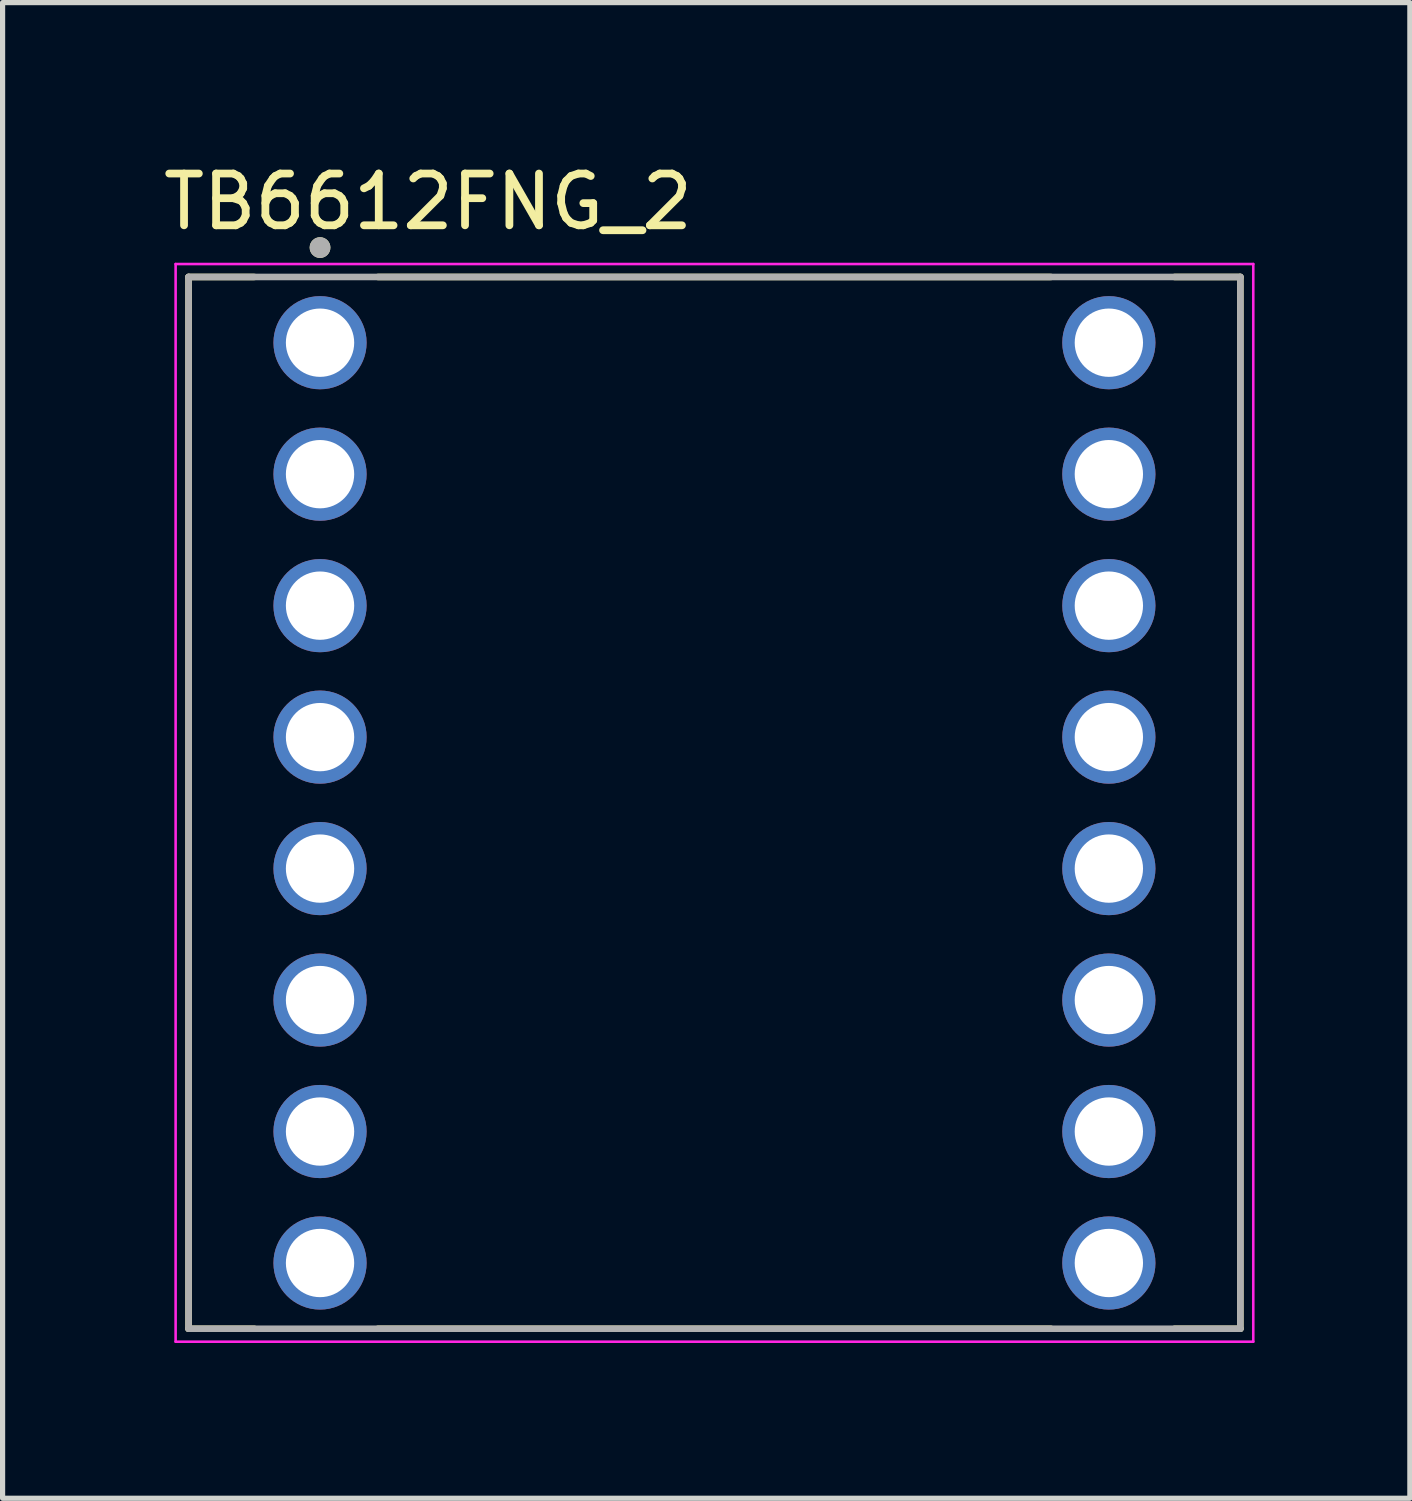
<source format=kicad_pcb>
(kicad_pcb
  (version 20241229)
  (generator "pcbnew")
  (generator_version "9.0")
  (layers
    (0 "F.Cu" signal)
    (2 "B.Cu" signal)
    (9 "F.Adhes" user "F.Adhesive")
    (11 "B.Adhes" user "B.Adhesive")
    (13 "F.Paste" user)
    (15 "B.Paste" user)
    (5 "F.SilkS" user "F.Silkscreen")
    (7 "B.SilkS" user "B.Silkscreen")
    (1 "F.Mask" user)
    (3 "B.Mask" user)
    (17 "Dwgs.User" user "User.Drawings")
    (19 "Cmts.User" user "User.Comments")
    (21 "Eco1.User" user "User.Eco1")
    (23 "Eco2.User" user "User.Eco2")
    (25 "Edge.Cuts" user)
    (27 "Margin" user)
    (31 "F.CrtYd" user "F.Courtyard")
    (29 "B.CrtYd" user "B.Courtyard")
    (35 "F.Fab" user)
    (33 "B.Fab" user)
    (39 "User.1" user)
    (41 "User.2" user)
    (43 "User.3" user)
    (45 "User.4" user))
  (footprint "TB6612FNG_2"
    (layer "F.Cu")
    (at 10.753 12.461)
    (property "Reference" "TB6612FNG_2" (at -5.533 -11.613 0) (layer "F.SilkS") (effects (font (size 1 1) (thickness 0.15))))
    (attr through_hole)
    (fp_line (start -10.16 -10.16) (end -10.16 10.16) (stroke (width 0.127) (type solid)) (layer "F.SilkS"))
    (fp_line (start -8.89 -10.16) (end -10.16 -10.16) (stroke (width 0.127) (type solid)) (layer "F.SilkS"))
    (fp_line (start -8.89 10.16) (end -10.16 10.16) (stroke (width 0.127) (type solid)) (layer "F.SilkS"))
    (fp_line (start -6.5 -10.16) (end 6.5 -10.16) (stroke (width 0.127) (type solid)) (layer "F.SilkS"))
    (fp_line (start -6.5 10.16) (end 6.5 10.16) (stroke (width 0.127) (type solid)) (layer "F.SilkS"))
    (fp_line (start 8.89 -10.16) (end 10.16 -10.16) (stroke (width 0.127) (type solid)) (layer "F.SilkS"))
    (fp_line (start 8.89 10.16) (end 10.16 10.16) (stroke (width 0.127) (type solid)) (layer "F.SilkS"))
    (fp_line (start 10.16 10.16) (end 10.16 -10.16) (stroke (width 0.127) (type solid)) (layer "F.SilkS"))
    (fp_circle (center -7.62 -10.728) (end -7.52 -10.728) (stroke (width 0.2) (type solid)) (fill no) (layer "F.SilkS"))
    (fp_line (start -10.41 -10.41) (end -10.41 10.41) (stroke (width 0.05) (type solid)) (layer "F.CrtYd"))
    (fp_line (start -10.41 10.41) (end 10.41 10.41) (stroke (width 0.05) (type solid)) (layer "F.CrtYd"))
    (fp_line (start 10.41 -10.41) (end -10.41 -10.41) (stroke (width 0.05) (type solid)) (layer "F.CrtYd"))
    (fp_line (start 10.41 10.41) (end 10.41 -10.41) (stroke (width 0.05) (type solid)) (layer "F.CrtYd"))
    (fp_line (start -10.16 -10.16) (end -10.16 10.16) (stroke (width 0.127) (type solid)) (layer "F.Fab"))
    (fp_line (start -10.16 10.16) (end 10.16 10.16) (stroke (width 0.127) (type solid)) (layer "F.Fab"))
    (fp_line (start 10.16 -10.16) (end -10.16 -10.16) (stroke (width 0.127) (type solid)) (layer "F.Fab"))
    (fp_line (start 10.16 10.16) (end 10.16 -10.16) (stroke (width 0.127) (type solid)) (layer "F.Fab"))
    (fp_circle (center -7.62 -10.728) (end -7.52 -10.728) (stroke (width 0.2) (type solid)) (fill no) (layer "F.Fab"))
    (pad "1" thru_hole circle (at -7.62 -8.89) (size 1.8 1.8) (drill 1.32) (layers "*.Cu" "*.Mask"))
    (pad "2" thru_hole circle (at -7.62 -6.35) (size 1.8 1.8) (drill 1.32) (layers "*.Cu" "*.Mask"))
    (pad "3" thru_hole circle (at -7.62 -3.81) (size 1.8 1.8) (drill 1.32) (layers "*.Cu" "*.Mask"))
    (pad "4" thru_hole circle (at -7.62 -1.27) (size 1.8 1.8) (drill 1.32) (layers "*.Cu" "*.Mask"))
    (pad "5" thru_hole circle (at -7.62 1.27) (size 1.8 1.8) (drill 1.32) (layers "*.Cu" "*.Mask"))
    (pad "6" thru_hole circle (at -7.62 3.81) (size 1.8 1.8) (drill 1.32) (layers "*.Cu" "*.Mask"))
    (pad "7" thru_hole circle (at -7.62 6.35) (size 1.8 1.8) (drill 1.32) (layers "*.Cu" "*.Mask"))
    (pad "8" thru_hole circle (at -7.62 8.89) (size 1.8 1.8) (drill 1.32) (layers "*.Cu" "*.Mask"))
    (pad "9" thru_hole circle (at 7.62 8.89) (size 1.8 1.8) (drill 1.32) (layers "*.Cu" "*.Mask"))
    (pad "10" thru_hole circle (at 7.62 6.35) (size 1.8 1.8) (drill 1.32) (layers "*.Cu" "*.Mask"))
    (pad "11" thru_hole circle (at 7.62 3.81) (size 1.8 1.8) (drill 1.32) (layers "*.Cu" "*.Mask"))
    (pad "12" thru_hole circle (at 7.62 1.27) (size 1.8 1.8) (drill 1.32) (layers "*.Cu" "*.Mask"))
    (pad "13" thru_hole circle (at 7.62 -1.27) (size 1.8 1.8) (drill 1.32) (layers "*.Cu" "*.Mask"))
    (pad "14" thru_hole circle (at 7.62 -3.81) (size 1.8 1.8) (drill 1.32) (layers "*.Cu" "*.Mask"))
    (pad "15" thru_hole circle (at 7.62 -6.35) (size 1.8 1.8) (drill 1.32) (layers "*.Cu" "*.Mask"))
    (pad "16" thru_hole circle (at 7.62 -8.89) (size 1.8 1.8) (drill 1.32) (layers "*.Cu" "*.Mask")))
  (gr_rect
    (start -3 -3)
    (end 24.188 25.896)
    (stroke (width 0.1) (type default))
    (fill no)
    (layer "Edge.Cuts")))
</source>
